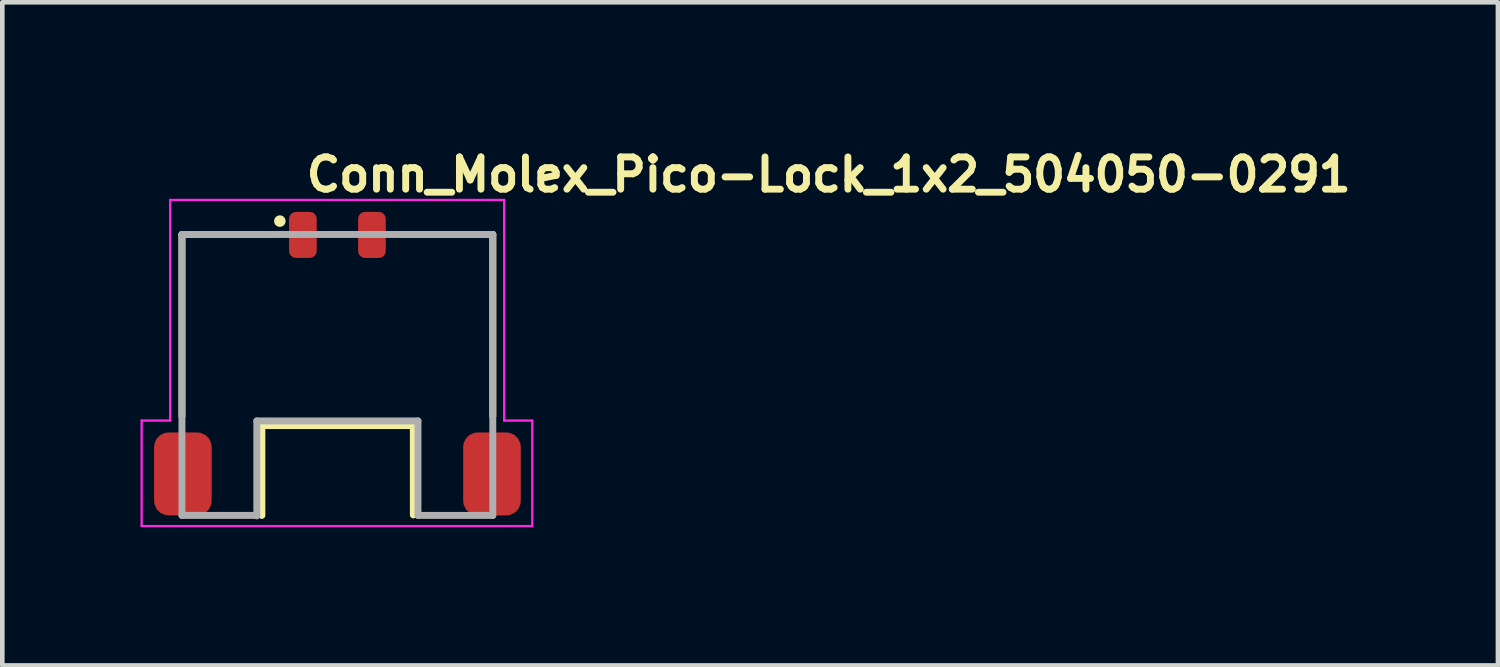
<source format=kicad_pcb>
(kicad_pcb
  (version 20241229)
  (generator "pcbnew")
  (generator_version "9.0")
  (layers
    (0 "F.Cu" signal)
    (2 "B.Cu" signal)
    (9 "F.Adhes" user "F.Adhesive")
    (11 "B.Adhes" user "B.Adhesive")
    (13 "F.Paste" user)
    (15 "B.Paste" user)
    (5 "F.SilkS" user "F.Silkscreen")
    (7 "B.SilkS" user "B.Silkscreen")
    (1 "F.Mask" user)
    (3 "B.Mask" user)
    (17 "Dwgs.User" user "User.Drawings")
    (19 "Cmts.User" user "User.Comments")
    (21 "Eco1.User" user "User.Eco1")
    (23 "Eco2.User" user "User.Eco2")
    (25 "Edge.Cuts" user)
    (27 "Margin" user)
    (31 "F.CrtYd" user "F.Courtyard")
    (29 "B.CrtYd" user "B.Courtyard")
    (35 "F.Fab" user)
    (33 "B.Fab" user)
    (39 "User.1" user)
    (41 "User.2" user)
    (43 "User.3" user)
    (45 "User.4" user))
  (footprint "Conn_Molex_Pico-Lock_1x2_504050-0291"
    (layer "F.Cu")
    (at 4.274 4.9)
    (property "Reference" "Conn_Molex_Pico-Lock_1x2_504050-0291" (at -0.749 -3.75 0) (layer "F.SilkS") (effects (font (size 0.7 0.7) (thickness 0.15)) (justify left bottom)))
    (attr smd)
    (fp_line (start -3.374 -2.86) (end -1.4 -2.86) (stroke (width 0.15) (type solid)) (layer "F.SilkS"))
    (fp_line (start -3.374 1.088) (end -3.374 -2.86) (stroke (width 0.15) (type solid)) (layer "F.SilkS"))
    (fp_line (start -1.639 3.239) (end -1.639 1.289) (stroke (width 0.15) (type solid)) (layer "F.SilkS"))
    (fp_line (start 1.399 -2.86) (end 3.374 -2.86) (stroke (width 0.15) (type solid)) (layer "F.SilkS"))
    (fp_line (start 1.649 1.289) (end -1.639 1.289) (stroke (width 0.15) (type solid)) (layer "F.SilkS"))
    (fp_line (start 1.649 1.289) (end 1.649 3.228) (stroke (width 0.15) (type solid)) (layer "F.SilkS"))
    (fp_line (start 3.374 -2.86) (end 3.374 1.088) (stroke (width 0.15) (type solid)) (layer "F.SilkS"))
    (fp_circle (center -1.249 -3.15) (end -1.199 -3.15) (stroke (width 0.15) (type solid)) (fill yes) (layer "F.SilkS"))
    (fp_line (start -4.249 1.18) (end -3.629 1.18) (stroke (width 0.05) (type solid)) (layer "F.CrtYd"))
    (fp_line (start -4.249 3.47) (end -4.249 1.18) (stroke (width 0.05) (type solid)) (layer "F.CrtYd"))
    (fp_line (start -3.629 -3.61) (end 3.621 -3.61) (stroke (width 0.05) (type solid)) (layer "F.CrtYd"))
    (fp_line (start -3.629 1.18) (end -3.629 -3.61) (stroke (width 0.05) (type solid)) (layer "F.CrtYd"))
    (fp_line (start 3.621 -3.61) (end 3.621 1.18) (stroke (width 0.05) (type solid)) (layer "F.CrtYd"))
    (fp_line (start 3.621 1.18) (end 4.231 1.18) (stroke (width 0.05) (type solid)) (layer "F.CrtYd"))
    (fp_line (start 4.231 1.18) (end 4.231 3.47) (stroke (width 0.05) (type solid)) (layer "F.CrtYd"))
    (fp_line (start 4.231 3.47) (end -4.249 3.47) (stroke (width 0.05) (type solid)) (layer "F.CrtYd"))
    (fp_line (start -3.374 -2.86) (end 3.374 -2.86) (stroke (width 0.15) (type solid)) (layer "F.Fab"))
    (fp_line (start -3.374 3.239) (end -3.374 -2.86) (stroke (width 0.15) (type solid)) (layer "F.Fab"))
    (fp_line (start -3.374 3.239) (end -1.749 3.239) (stroke (width 0.15) (type solid)) (layer "F.Fab"))
    (fp_line (start -1.749 3.249) (end -1.749 1.188) (stroke (width 0.15) (type solid)) (layer "F.Fab"))
    (fp_line (start 1.75 1.188) (end -1.749 1.188) (stroke (width 0.15) (type solid)) (layer "F.Fab"))
    (fp_line (start 1.75 1.188) (end 1.75 3.239) (stroke (width 0.15) (type solid)) (layer "F.Fab"))
    (fp_line (start 1.75 3.239) (end 3.374 3.239) (stroke (width 0.15) (type solid)) (layer "F.Fab"))
    (fp_line (start 3.374 -2.86) (end 3.374 3.239) (stroke (width 0.15) (type solid)) (layer "F.Fab"))
    (fp_rect (start -3.979 -3.36) (end 3.981 3.239) (stroke (width 0.1) (type solid)) (fill no) (layer "User.5"))
    (fp_line (start -3.979 1.438) (end -3.374 1.438) (stroke (width 0.02) (type solid)) (layer "User.9"))
    (fp_line (start -3.979 3.239) (end -3.979 1.438) (stroke (width 0.02) (type solid)) (layer "User.9"))
    (fp_line (start -3.774 1.68) (end -3.773 1.675) (stroke (width 0.02) (type solid)) (layer "User.9"))
    (fp_line (start -3.774 1.685) (end -3.774 1.68) (stroke (width 0.02) (type solid)) (layer "User.9"))
    (fp_line (start -3.774 1.688) (end -3.774 1.685) (stroke (width 0.02) (type solid)) (layer "User.9"))
    (fp_line (start -3.774 2.989) (end -3.774 1.688) (stroke (width 0.02) (type solid)) (layer "User.9"))
    (fp_line (start -3.774 2.994) (end -3.774 2.989) (stroke (width 0.02) (type solid)) (layer "User.9"))
    (fp_line (start -3.774 2.999) (end -3.774 2.994) (stroke (width 0.02) (type solid)) (layer "User.9"))
    (fp_line (start -3.773 1.67) (end -3.772 1.664) (stroke (width 0.02) (type solid)) (layer "User.9"))
    (fp_line (start -3.773 1.675) (end -3.773 1.67) (stroke (width 0.02) (type solid)) (layer "User.9"))
    (fp_line (start -3.773 3.003) (end -3.774 2.999) (stroke (width 0.02) (type solid)) (layer "User.9"))
    (fp_line (start -3.773 3.008) (end -3.773 3.003) (stroke (width 0.02) (type solid)) (layer "User.9"))
    (fp_line (start -3.772 1.664) (end -3.77 1.659) (stroke (width 0.02) (type solid)) (layer "User.9"))
    (fp_line (start -3.772 3.013) (end -3.773 3.008) (stroke (width 0.02) (type solid)) (layer "User.9"))
    (fp_line (start -3.77 1.659) (end -3.769 1.656) (stroke (width 0.02) (type solid)) (layer "User.9"))
    (fp_line (start -3.77 3.018) (end -3.772 3.013) (stroke (width 0.02) (type solid)) (layer "User.9"))
    (fp_line (start -3.769 1.656) (end -3.768 1.651) (stroke (width 0.02) (type solid)) (layer "User.9"))
    (fp_line (start -3.769 3.023) (end -3.77 3.018) (stroke (width 0.02) (type solid)) (layer "User.9"))
    (fp_line (start -3.768 1.651) (end -3.765 1.646) (stroke (width 0.02) (type solid)) (layer "User.9"))
    (fp_line (start -3.768 3.027) (end -3.769 3.023) (stroke (width 0.02) (type solid)) (layer "User.9"))
    (fp_line (start -3.765 1.646) (end -3.764 1.641) (stroke (width 0.02) (type solid)) (layer "User.9"))
    (fp_line (start -3.765 3.032) (end -3.768 3.027) (stroke (width 0.02) (type solid)) (layer "User.9"))
    (fp_line (start -3.764 1.641) (end -3.761 1.638) (stroke (width 0.02) (type solid)) (layer "User.9"))
    (fp_line (start -3.764 3.037) (end -3.765 3.032) (stroke (width 0.02) (type solid)) (layer "User.9"))
    (fp_line (start -3.761 1.638) (end -3.758 1.633) (stroke (width 0.02) (type solid)) (layer "User.9"))
    (fp_line (start -3.761 3.04) (end -3.764 3.037) (stroke (width 0.02) (type solid)) (layer "User.9"))
    (fp_line (start -3.758 1.633) (end -3.756 1.63) (stroke (width 0.02) (type solid)) (layer "User.9"))
    (fp_line (start -3.758 3.045) (end -3.761 3.04) (stroke (width 0.02) (type solid)) (layer "User.9"))
    (fp_line (start -3.756 1.63) (end -3.753 1.625) (stroke (width 0.02) (type solid)) (layer "User.9"))
    (fp_line (start -3.756 3.048) (end -3.758 3.045) (stroke (width 0.02) (type solid)) (layer "User.9"))
    (fp_line (start -3.753 1.625) (end -3.749 1.622) (stroke (width 0.02) (type solid)) (layer "User.9"))
    (fp_line (start -3.753 3.053) (end -3.756 3.048) (stroke (width 0.02) (type solid)) (layer "User.9"))
    (fp_line (start -3.749 1.622) (end -3.745 1.619) (stroke (width 0.02) (type solid)) (layer "User.9"))
    (fp_line (start -3.749 3.056) (end -3.753 3.053) (stroke (width 0.02) (type solid)) (layer "User.9"))
    (fp_line (start -3.745 1.619) (end -3.745 1.619) (stroke (width 0.02) (type solid)) (layer "User.9"))
    (fp_line (start -3.745 1.619) (end -3.742 1.614) (stroke (width 0.02) (type solid)) (layer "User.9"))
    (fp_line (start -3.745 3.06) (end -3.749 3.056) (stroke (width 0.02) (type solid)) (layer "User.9"))
    (fp_line (start -3.745 3.06) (end -3.745 3.06) (stroke (width 0.02) (type solid)) (layer "User.9"))
    (fp_line (start -3.742 1.614) (end -3.738 1.611) (stroke (width 0.02) (type solid)) (layer "User.9"))
    (fp_line (start -3.742 3.063) (end -3.745 3.06) (stroke (width 0.02) (type solid)) (layer "User.9"))
    (fp_line (start -3.738 1.611) (end -3.734 1.609) (stroke (width 0.02) (type solid)) (layer "User.9"))
    (fp_line (start -3.738 3.066) (end -3.742 3.063) (stroke (width 0.02) (type solid)) (layer "User.9"))
    (fp_line (start -3.734 1.609) (end -3.73 1.606) (stroke (width 0.02) (type solid)) (layer "User.9"))
    (fp_line (start -3.734 3.069) (end -3.738 3.066) (stroke (width 0.02) (type solid)) (layer "User.9"))
    (fp_line (start -3.73 1.606) (end -3.726 1.603) (stroke (width 0.02) (type solid)) (layer "User.9"))
    (fp_line (start -3.73 3.072) (end -3.734 3.069) (stroke (width 0.02) (type solid)) (layer "User.9"))
    (fp_line (start -3.726 1.603) (end -3.722 1.601) (stroke (width 0.02) (type solid)) (layer "User.9"))
    (fp_line (start -3.726 3.074) (end -3.73 3.072) (stroke (width 0.02) (type solid)) (layer "User.9"))
    (fp_line (start -3.722 1.601) (end -3.717 1.598) (stroke (width 0.02) (type solid)) (layer "User.9"))
    (fp_line (start -3.722 3.077) (end -3.726 3.074) (stroke (width 0.02) (type solid)) (layer "User.9"))
    (fp_line (start -3.717 1.598) (end -3.713 1.596) (stroke (width 0.02) (type solid)) (layer "User.9"))
    (fp_line (start -3.717 3.079) (end -3.722 3.077) (stroke (width 0.02) (type solid)) (layer "User.9"))
    (fp_line (start -3.713 1.596) (end -3.709 1.595) (stroke (width 0.02) (type solid)) (layer "User.9"))
    (fp_line (start -3.713 3.082) (end -3.717 3.079) (stroke (width 0.02) (type solid)) (layer "User.9"))
    (fp_line (start -3.709 1.595) (end -3.705 1.593) (stroke (width 0.02) (type solid)) (layer "User.9"))
    (fp_line (start -3.709 3.084) (end -3.713 3.082) (stroke (width 0.02) (type solid)) (layer "User.9"))
    (fp_line (start -3.705 1.593) (end -3.7 1.593) (stroke (width 0.02) (type solid)) (layer "User.9"))
    (fp_line (start -3.705 3.085) (end -3.709 3.084) (stroke (width 0.02) (type solid)) (layer "User.9"))
    (fp_line (start -3.7 1.593) (end -3.694 1.59) (stroke (width 0.02) (type solid)) (layer "User.9"))
    (fp_line (start -3.7 3.085) (end -3.705 3.085) (stroke (width 0.02) (type solid)) (layer "User.9"))
    (fp_line (start -3.694 1.59) (end -3.689 1.59) (stroke (width 0.02) (type solid)) (layer "User.9"))
    (fp_line (start -3.694 3.087) (end -3.7 3.085) (stroke (width 0.02) (type solid)) (layer "User.9"))
    (fp_line (start -3.689 1.59) (end -3.684 1.59) (stroke (width 0.02) (type solid)) (layer "User.9"))
    (fp_line (start -3.689 3.087) (end -3.694 3.087) (stroke (width 0.02) (type solid)) (layer "User.9"))
    (fp_line (start -3.684 1.59) (end -3.68 1.59) (stroke (width 0.02) (type solid)) (layer "User.9"))
    (fp_line (start -3.684 3.088) (end -3.689 3.087) (stroke (width 0.02) (type solid)) (layer "User.9"))
    (fp_line (start -3.68 1.59) (end -3.675 1.588) (stroke (width 0.02) (type solid)) (layer "User.9"))
    (fp_line (start -3.68 3.088) (end -3.684 3.088) (stroke (width 0.02) (type solid)) (layer "User.9"))
    (fp_line (start -3.675 1.588) (end -3.374 1.588) (stroke (width 0.02) (type solid)) (layer "User.9"))
    (fp_line (start -3.675 3.088) (end -3.68 3.088) (stroke (width 0.02) (type solid)) (layer "User.9"))
    (fp_line (start -3.374 -2.86) (end -3.374 2.739) (stroke (width 0.02) (type solid)) (layer "User.9"))
    (fp_line (start -3.374 2.739) (end -3.245 3.239) (stroke (width 0.02) (type solid)) (layer "User.9"))
    (fp_line (start -3.284 3.088) (end -3.675 3.088) (stroke (width 0.02) (type solid)) (layer "User.9"))
    (fp_line (start -3.245 3.239) (end -3.979 3.239) (stroke (width 0.02) (type solid)) (layer "User.9"))
    (fp_line (start -3.245 3.239) (end -2.025 3.239) (stroke (width 0.02) (type solid)) (layer "User.9"))
    (fp_line (start -1.925 0.007) (end -1.925 0.011) (stroke (width 0.02) (type solid)) (layer "User.9"))
    (fp_line (start -1.925 0.011) (end -1.925 0.015) (stroke (width 0.02) (type solid)) (layer "User.9"))
    (fp_line (start -1.925 0.015) (end -1.925 0.02) (stroke (width 0.02) (type solid)) (layer "User.9"))
    (fp_line (start -1.925 0.02) (end -1.925 3.14) (stroke (width 0.02) (type solid)) (layer "User.9"))
    (fp_line (start -1.925 2.938) (end -1.824 2.938) (stroke (width 0.02) (type solid)) (layer "User.9"))
    (fp_line (start -1.925 3.14) (end -2.025 3.239) (stroke (width 0.02) (type solid)) (layer "User.9"))
    (fp_line (start -1.923 0) (end -1.923 0.003) (stroke (width 0.02) (type solid)) (layer "User.9"))
    (fp_line (start -1.923 0.003) (end -1.925 0.007) (stroke (width 0.02) (type solid)) (layer "User.9"))
    (fp_line (start -1.921 -0.008) (end -1.921 -0.004) (stroke (width 0.02) (type solid)) (layer "User.9"))
    (fp_line (start -1.921 -0.004) (end -1.923 0) (stroke (width 0.02) (type solid)) (layer "User.9"))
    (fp_line (start -1.919 -0.012) (end -1.921 -0.008) (stroke (width 0.02) (type solid)) (layer "User.9"))
    (fp_line (start -1.917 -0.016) (end -1.919 -0.012) (stroke (width 0.02) (type solid)) (layer "User.9"))
    (fp_line (start -1.915 -0.02) (end -1.917 -0.016) (stroke (width 0.02) (type solid)) (layer "User.9"))
    (fp_line (start -1.913 -0.023) (end -1.915 -0.02) (stroke (width 0.02) (type solid)) (layer "User.9"))
    (fp_line (start -1.911 -0.025) (end -1.913 -0.023) (stroke (width 0.02) (type solid)) (layer "User.9"))
    (fp_line (start -1.909 -0.028) (end -1.911 -0.025) (stroke (width 0.02) (type solid)) (layer "User.9"))
    (fp_line (start -1.907 -0.032) (end -1.909 -0.028) (stroke (width 0.02) (type solid)) (layer "User.9"))
    (fp_line (start -1.905 -0.035) (end -1.907 -0.032) (stroke (width 0.02) (type solid)) (layer "User.9"))
    (fp_line (start -1.902 -0.037) (end -1.905 -0.035) (stroke (width 0.02) (type solid)) (layer "User.9"))
    (fp_line (start -1.898 -0.041) (end -1.902 -0.037) (stroke (width 0.02) (type solid)) (layer "User.9"))
    (fp_line (start -1.896 -0.042) (end -1.898 -0.041) (stroke (width 0.02) (type solid)) (layer "User.9"))
    (fp_line (start -1.892 -0.045) (end -1.896 -0.042) (stroke (width 0.02) (type solid)) (layer "User.9"))
    (fp_line (start -1.89 -0.048) (end -1.892 -0.045) (stroke (width 0.02) (type solid)) (layer "User.9"))
    (fp_line (start -1.886 -0.049) (end -1.89 -0.048) (stroke (width 0.02) (type solid)) (layer "User.9"))
    (fp_line (start -1.884 -0.052) (end -1.886 -0.049) (stroke (width 0.02) (type solid)) (layer "User.9"))
    (fp_line (start -1.88 -0.053) (end -1.884 -0.052) (stroke (width 0.02) (type solid)) (layer "User.9"))
    (fp_line (start -1.876 -0.054) (end -1.88 -0.053) (stroke (width 0.02) (type solid)) (layer "User.9"))
    (fp_line (start -1.872 -0.057) (end -1.876 -0.054) (stroke (width 0.02) (type solid)) (layer "User.9"))
    (fp_line (start -1.868 -0.057) (end -1.872 -0.057) (stroke (width 0.02) (type solid)) (layer "User.9"))
    (fp_line (start -1.864 -0.058) (end -1.868 -0.057) (stroke (width 0.02) (type solid)) (layer "User.9"))
    (fp_line (start -1.862 -0.06) (end -1.864 -0.058) (stroke (width 0.02) (type solid)) (layer "User.9"))
    (fp_line (start -1.858 -0.061) (end -1.862 -0.06) (stroke (width 0.02) (type solid)) (layer "User.9"))
    (fp_line (start -1.854 -0.061) (end -1.858 -0.061) (stroke (width 0.02) (type solid)) (layer "User.9"))
    (fp_line (start -1.85 -0.061) (end -1.854 -0.061) (stroke (width 0.02) (type solid)) (layer "User.9"))
    (fp_line (start -1.844 -0.061) (end -1.85 -0.061) (stroke (width 0.02) (type solid)) (layer "User.9"))
    (fp_line (start -1.824 2.938) (end -1.676 2.789) (stroke (width 0.02) (type solid)) (layer "User.9"))
    (fp_line (start -1.676 0.89) (end -1.426 0.89) (stroke (width 0.02) (type solid)) (layer "User.9"))
    (fp_line (start -1.676 1.04) (end -1.426 1.04) (stroke (width 0.02) (type solid)) (layer "User.9"))
    (fp_line (start -1.676 2.789) (end -1.925 2.789) (stroke (width 0.02) (type solid)) (layer "User.9"))
    (fp_line (start -1.676 2.789) (end -1.676 -0.061) (stroke (width 0.02) (type solid)) (layer "User.9"))
    (fp_line (start -1.504 -0.061) (end -1.844 -0.061) (stroke (width 0.02) (type solid)) (layer "User.9"))
    (fp_line (start -1.501 -0.061) (end -1.504 -0.061) (stroke (width 0.02) (type solid)) (layer "User.9"))
    (fp_line (start -1.497 -0.061) (end -1.501 -0.061) (stroke (width 0.02) (type solid)) (layer "User.9"))
    (fp_line (start -1.493 -0.061) (end -1.497 -0.061) (stroke (width 0.02) (type solid)) (layer "User.9"))
    (fp_line (start -1.489 -0.06) (end -1.493 -0.061) (stroke (width 0.02) (type solid)) (layer "User.9"))
    (fp_line (start -1.485 -0.058) (end -1.489 -0.06) (stroke (width 0.02) (type solid)) (layer "User.9"))
    (fp_line (start -1.481 -0.057) (end -1.485 -0.058) (stroke (width 0.02) (type solid)) (layer "User.9"))
    (fp_line (start -1.478 -0.057) (end -1.481 -0.057) (stroke (width 0.02) (type solid)) (layer "User.9"))
    (fp_line (start -1.474 -0.054) (end -1.478 -0.057) (stroke (width 0.02) (type solid)) (layer "User.9"))
    (fp_line (start -1.47 -0.053) (end -1.474 -0.054) (stroke (width 0.02) (type solid)) (layer "User.9"))
    (fp_line (start -1.467 -0.052) (end -1.47 -0.053) (stroke (width 0.02) (type solid)) (layer "User.9"))
    (fp_line (start -1.463 -0.049) (end -1.467 -0.052) (stroke (width 0.02) (type solid)) (layer "User.9"))
    (fp_line (start -1.46 -0.048) (end -1.463 -0.049) (stroke (width 0.02) (type solid)) (layer "User.9"))
    (fp_line (start -1.457 -0.045) (end -1.46 -0.048) (stroke (width 0.02) (type solid)) (layer "User.9"))
    (fp_line (start -1.454 -0.042) (end -1.457 -0.045) (stroke (width 0.02) (type solid)) (layer "User.9"))
    (fp_line (start -1.452 -0.041) (end -1.454 -0.042) (stroke (width 0.02) (type solid)) (layer "User.9"))
    (fp_line (start -1.449 -0.037) (end -1.452 -0.041) (stroke (width 0.02) (type solid)) (layer "User.9"))
    (fp_line (start -1.449 -0.037) (end -1.449 -0.037) (stroke (width 0.02) (type solid)) (layer "User.9"))
    (fp_line (start -1.446 -0.035) (end -1.449 -0.037) (stroke (width 0.02) (type solid)) (layer "User.9"))
    (fp_line (start -1.444 -0.032) (end -1.446 -0.035) (stroke (width 0.02) (type solid)) (layer "User.9"))
    (fp_line (start -1.441 -0.028) (end -1.444 -0.032) (stroke (width 0.02) (type solid)) (layer "User.9"))
    (fp_line (start -1.439 -0.025) (end -1.441 -0.028) (stroke (width 0.02) (type solid)) (layer "User.9"))
    (fp_line (start -1.437 -0.023) (end -1.439 -0.025) (stroke (width 0.02) (type solid)) (layer "User.9"))
    (fp_line (start -1.435 -0.019) (end -1.437 -0.023) (stroke (width 0.02) (type solid)) (layer "User.9"))
    (fp_line (start -1.433 -0.016) (end -1.435 -0.019) (stroke (width 0.02) (type solid)) (layer "User.9"))
    (fp_line (start -1.432 -0.012) (end -1.433 -0.016) (stroke (width 0.02) (type solid)) (layer "User.9"))
    (fp_line (start -1.43 -0.008) (end -1.432 -0.012) (stroke (width 0.02) (type solid)) (layer "User.9"))
    (fp_line (start -1.429 -0.004) (end -1.43 -0.008) (stroke (width 0.02) (type solid)) (layer "User.9"))
    (fp_line (start -1.428 0) (end -1.429 -0.004) (stroke (width 0.02) (type solid)) (layer "User.9"))
    (fp_line (start -1.427 0.004) (end -1.428 0) (stroke (width 0.02) (type solid)) (layer "User.9"))
    (fp_line (start -1.426 0.008) (end -1.427 0.004) (stroke (width 0.02) (type solid)) (layer "User.9"))
    (fp_line (start -1.426 0.012) (end -1.426 0.008) (stroke (width 0.02) (type solid)) (layer "User.9"))
    (fp_line (start -1.426 0.016) (end -1.426 0.012) (stroke (width 0.02) (type solid)) (layer "User.9"))
    (fp_line (start -1.426 0.02) (end -1.426 0.016) (stroke (width 0.02) (type solid)) (layer "User.9"))
    (fp_line (start -1.426 1.14) (end -1.426 0.02) (stroke (width 0.02) (type solid)) (layer "User.9"))
    (fp_line (start -1.325 1.239) (end -1.426 1.14) (stroke (width 0.02) (type solid)) (layer "User.9"))
    (fp_line (start -1.325 1.239) (end 1.326 1.239) (stroke (width 0.02) (type solid)) (layer "User.9"))
    (fp_line (start -1.226 0.22) (end -0.925 0.738) (stroke (width 0.02) (type solid)) (layer "User.9"))
    (fp_line (start -1.05 -3.36) (end -0.451 -3.36) (stroke (width 0.02) (type solid)) (layer "User.9"))
    (fp_line (start -1.05 -2.86) (end -1.05 -3.36) (stroke (width 0.02) (type solid)) (layer "User.9"))
    (fp_line (start -0.925 0.738) (end -0.626 0.22) (stroke (width 0.02) (type solid)) (layer "User.9"))
    (fp_line (start -0.9 -2.86) (end -0.9 -3.202) (stroke (width 0.02) (type solid)) (layer "User.9"))
    (fp_line (start -0.626 0.22) (end -1.226 0.22) (stroke (width 0.02) (type solid)) (layer "User.9"))
    (fp_line (start -0.6 -3.202) (end -0.9 -3.202) (stroke (width 0.02) (type solid)) (layer "User.9"))
    (fp_line (start -0.6 -2.86) (end -0.6 -3.202) (stroke (width 0.02) (type solid)) (layer "User.9"))
    (fp_line (start -0.451 -3.36) (end -0.451 -2.86) (stroke (width 0.02) (type solid)) (layer "User.9"))
    (fp_line (start -0.299 -0.46) (end -0.299 0.439) (stroke (width 0.02) (type solid)) (layer "User.9"))
    (fp_line (start -0.299 0.439) (end 0.301 0.439) (stroke (width 0.02) (type solid)) (layer "User.9"))
    (fp_line (start 0.301 -0.46) (end -0.299 -0.46) (stroke (width 0.02) (type solid)) (layer "User.9"))
    (fp_line (start 0.301 0.439) (end 0.301 -0.46) (stroke (width 0.02) (type solid)) (layer "User.9"))
    (fp_line (start 0.45 -3.36) (end 1.051 -3.36) (stroke (width 0.02) (type solid)) (layer "User.9"))
    (fp_line (start 0.45 -2.86) (end 0.45 -3.36) (stroke (width 0.02) (type solid)) (layer "User.9"))
    (fp_line (start 0.601 -2.86) (end 0.601 -3.202) (stroke (width 0.02) (type solid)) (layer "User.9"))
    (fp_line (start 0.899 -3.202) (end 0.601 -3.202) (stroke (width 0.02) (type solid)) (layer "User.9"))
    (fp_line (start 0.899 -2.86) (end 0.899 -3.202) (stroke (width 0.02) (type solid)) (layer "User.9"))
    (fp_line (start 1.051 -3.36) (end 1.051 -2.86) (stroke (width 0.02) (type solid)) (layer "User.9"))
    (fp_line (start 1.424 0.02) (end 1.424 1.14) (stroke (width 0.02) (type solid)) (layer "User.9"))
    (fp_line (start 1.424 0.89) (end 1.674 0.89) (stroke (width 0.02) (type solid)) (layer "User.9"))
    (fp_line (start 1.424 1.04) (end 1.674 1.04) (stroke (width 0.02) (type solid)) (layer "User.9"))
    (fp_line (start 1.424 1.14) (end 1.326 1.239) (stroke (width 0.02) (type solid)) (layer "User.9"))
    (fp_line (start 1.426 0.008) (end 1.426 0.012) (stroke (width 0.02) (type solid)) (layer "User.9"))
    (fp_line (start 1.426 0.012) (end 1.426 0.016) (stroke (width 0.02) (type solid)) (layer "User.9"))
    (fp_line (start 1.426 0.016) (end 1.424 0.02) (stroke (width 0.02) (type solid)) (layer "User.9"))
    (fp_line (start 1.427 0.004) (end 1.426 0.008) (stroke (width 0.02) (type solid)) (layer "User.9"))
    (fp_line (start 1.428 -0.004) (end 1.428 0) (stroke (width 0.02) (type solid)) (layer "User.9"))
    (fp_line (start 1.428 0) (end 1.427 0.004) (stroke (width 0.02) (type solid)) (layer "User.9"))
    (fp_line (start 1.429 -0.008) (end 1.428 -0.004) (stroke (width 0.02) (type solid)) (layer "User.9"))
    (fp_line (start 1.432 -0.016) (end 1.432 -0.012) (stroke (width 0.02) (type solid)) (layer "User.9"))
    (fp_line (start 1.432 -0.012) (end 1.429 -0.008) (stroke (width 0.02) (type solid)) (layer "User.9"))
    (fp_line (start 1.435 -0.019) (end 1.432 -0.016) (stroke (width 0.02) (type solid)) (layer "User.9"))
    (fp_line (start 1.436 -0.023) (end 1.435 -0.019) (stroke (width 0.02) (type solid)) (layer "User.9"))
    (fp_line (start 1.439 -0.025) (end 1.436 -0.023) (stroke (width 0.02) (type solid)) (layer "User.9"))
    (fp_line (start 1.44 -0.028) (end 1.439 -0.025) (stroke (width 0.02) (type solid)) (layer "User.9"))
    (fp_line (start 1.444 -0.032) (end 1.44 -0.028) (stroke (width 0.02) (type solid)) (layer "User.9"))
    (fp_line (start 1.445 -0.035) (end 1.444 -0.032) (stroke (width 0.02) (type solid)) (layer "User.9"))
    (fp_line (start 1.448 -0.037) (end 1.445 -0.035) (stroke (width 0.02) (type solid)) (layer "User.9"))
    (fp_line (start 1.448 -0.037) (end 1.448 -0.037) (stroke (width 0.02) (type solid)) (layer "User.9"))
    (fp_line (start 1.452 -0.041) (end 1.448 -0.037) (stroke (width 0.02) (type solid)) (layer "User.9"))
    (fp_line (start 1.455 -0.042) (end 1.452 -0.041) (stroke (width 0.02) (type solid)) (layer "User.9"))
    (fp_line (start 1.457 -0.045) (end 1.455 -0.042) (stroke (width 0.02) (type solid)) (layer "User.9"))
    (fp_line (start 1.46 -0.048) (end 1.457 -0.045) (stroke (width 0.02) (type solid)) (layer "User.9"))
    (fp_line (start 1.464 -0.049) (end 1.46 -0.048) (stroke (width 0.02) (type solid)) (layer "User.9"))
    (fp_line (start 1.468 -0.052) (end 1.464 -0.049) (stroke (width 0.02) (type solid)) (layer "User.9"))
    (fp_line (start 1.471 -0.053) (end 1.468 -0.052) (stroke (width 0.02) (type solid)) (layer "User.9"))
    (fp_line (start 1.475 -0.054) (end 1.471 -0.053) (stroke (width 0.02) (type solid)) (layer "User.9"))
    (fp_line (start 1.479 -0.057) (end 1.475 -0.054) (stroke (width 0.02) (type solid)) (layer "User.9"))
    (fp_line (start 1.481 -0.057) (end 1.479 -0.057) (stroke (width 0.02) (type solid)) (layer "User.9"))
    (fp_line (start 1.485 -0.058) (end 1.481 -0.057) (stroke (width 0.02) (type solid)) (layer "User.9"))
    (fp_line (start 1.489 -0.06) (end 1.485 -0.058) (stroke (width 0.02) (type solid)) (layer "User.9"))
    (fp_line (start 1.493 -0.061) (end 1.489 -0.06) (stroke (width 0.02) (type solid)) (layer "User.9"))
    (fp_line (start 1.497 -0.061) (end 1.493 -0.061) (stroke (width 0.02) (type solid)) (layer "User.9"))
    (fp_line (start 1.501 -0.061) (end 1.497 -0.061) (stroke (width 0.02) (type solid)) (layer "User.9"))
    (fp_line (start 1.504 -0.061) (end 1.501 -0.061) (stroke (width 0.02) (type solid)) (layer "User.9"))
    (fp_line (start 1.674 -0.061) (end 1.674 2.789) (stroke (width 0.02) (type solid)) (layer "User.9"))
    (fp_line (start 1.674 2.789) (end 1.826 2.938) (stroke (width 0.02) (type solid)) (layer "User.9"))
    (fp_line (start 1.674 2.789) (end 1.924 2.789) (stroke (width 0.02) (type solid)) (layer "User.9"))
    (fp_line (start 1.844 -0.061) (end 1.504 -0.061) (stroke (width 0.02) (type solid)) (layer "User.9"))
    (fp_line (start 1.85 -0.061) (end 1.844 -0.061) (stroke (width 0.02) (type solid)) (layer "User.9"))
    (fp_line (start 1.854 -0.061) (end 1.85 -0.061) (stroke (width 0.02) (type solid)) (layer "User.9"))
    (fp_line (start 1.858 -0.061) (end 1.854 -0.061) (stroke (width 0.02) (type solid)) (layer "User.9"))
    (fp_line (start 1.862 -0.06) (end 1.858 -0.061) (stroke (width 0.02) (type solid)) (layer "User.9"))
    (fp_line (start 1.864 -0.058) (end 1.862 -0.06) (stroke (width 0.02) (type solid)) (layer "User.9"))
    (fp_line (start 1.868 -0.057) (end 1.864 -0.058) (stroke (width 0.02) (type solid)) (layer "User.9"))
    (fp_line (start 1.872 -0.057) (end 1.868 -0.057) (stroke (width 0.02) (type solid)) (layer "User.9"))
    (fp_line (start 1.876 -0.054) (end 1.872 -0.057) (stroke (width 0.02) (type solid)) (layer "User.9"))
    (fp_line (start 1.879 -0.053) (end 1.876 -0.054) (stroke (width 0.02) (type solid)) (layer "User.9"))
    (fp_line (start 1.883 -0.052) (end 1.879 -0.053) (stroke (width 0.02) (type solid)) (layer "User.9"))
    (fp_line (start 1.887 -0.049) (end 1.883 -0.052) (stroke (width 0.02) (type solid)) (layer "User.9"))
    (fp_line (start 1.89 -0.048) (end 1.887 -0.049) (stroke (width 0.02) (type solid)) (layer "User.9"))
    (fp_line (start 1.892 -0.045) (end 1.89 -0.048) (stroke (width 0.02) (type solid)) (layer "User.9"))
    (fp_line (start 1.895 -0.042) (end 1.892 -0.045) (stroke (width 0.02) (type solid)) (layer "User.9"))
    (fp_line (start 1.899 -0.041) (end 1.895 -0.042) (stroke (width 0.02) (type solid)) (layer "User.9"))
    (fp_line (start 1.902 -0.037) (end 1.899 -0.041) (stroke (width 0.02) (type solid)) (layer "User.9"))
    (fp_line (start 1.904 -0.035) (end 1.902 -0.037) (stroke (width 0.02) (type solid)) (layer "User.9"))
    (fp_line (start 1.907 -0.032) (end 1.904 -0.035) (stroke (width 0.02) (type solid)) (layer "User.9"))
    (fp_line (start 1.91 -0.028) (end 1.907 -0.032) (stroke (width 0.02) (type solid)) (layer "User.9"))
    (fp_line (start 1.911 -0.025) (end 1.91 -0.028) (stroke (width 0.02) (type solid)) (layer "User.9"))
    (fp_line (start 1.914 -0.023) (end 1.911 -0.025) (stroke (width 0.02) (type solid)) (layer "User.9"))
    (fp_line (start 1.915 -0.02) (end 1.914 -0.023) (stroke (width 0.02) (type solid)) (layer "User.9"))
    (fp_line (start 1.918 -0.016) (end 1.915 -0.02) (stroke (width 0.02) (type solid)) (layer "User.9"))
    (fp_line (start 1.919 -0.012) (end 1.918 -0.016) (stroke (width 0.02) (type solid)) (layer "User.9"))
    (fp_line (start 1.92 -0.008) (end 1.919 -0.012) (stroke (width 0.02) (type solid)) (layer "User.9"))
    (fp_line (start 1.922 -0.004) (end 1.92 -0.008) (stroke (width 0.02) (type solid)) (layer "User.9"))
    (fp_line (start 1.923 0) (end 1.922 -0.004) (stroke (width 0.02) (type solid)) (layer "User.9"))
    (fp_line (start 1.923 0.003) (end 1.923 0) (stroke (width 0.02) (type solid)) (layer "User.9"))
    (fp_line (start 1.924 0.007) (end 1.923 0.003) (stroke (width 0.02) (type solid)) (layer "User.9"))
    (fp_line (start 1.924 0.011) (end 1.924 0.007) (stroke (width 0.02) (type solid)) (layer "User.9"))
    (fp_line (start 1.924 0.015) (end 1.924 0.011) (stroke (width 0.02) (type solid)) (layer "User.9"))
    (fp_line (start 1.924 0.02) (end 1.924 0.015) (stroke (width 0.02) (type solid)) (layer "User.9"))
    (fp_line (start 1.924 2.938) (end 1.826 2.938) (stroke (width 0.02) (type solid)) (layer "User.9"))
    (fp_line (start 1.924 3.14) (end 1.924 0.02) (stroke (width 0.02) (type solid)) (layer "User.9"))
    (fp_line (start 2.024 3.239) (end 1.924 3.14) (stroke (width 0.02) (type solid)) (layer "User.9"))
    (fp_line (start 2.024 3.239) (end 3.246 3.239) (stroke (width 0.02) (type solid)) (layer "User.9"))
    (fp_line (start 3.246 3.239) (end 3.374 2.739) (stroke (width 0.02) (type solid)) (layer "User.9"))
    (fp_line (start 3.374 -2.86) (end -3.374 -2.86) (stroke (width 0.02) (type solid)) (layer "User.9"))
    (fp_line (start 3.374 1.438) (end 3.981 1.438) (stroke (width 0.02) (type solid)) (layer "User.9"))
    (fp_line (start 3.374 1.588) (end 3.675 1.588) (stroke (width 0.02) (type solid)) (layer "User.9"))
    (fp_line (start 3.374 2.739) (end 3.374 -2.86) (stroke (width 0.02) (type solid)) (layer "User.9"))
    (fp_line (start 3.675 1.588) (end 3.68 1.59) (stroke (width 0.02) (type solid)) (layer "User.9"))
    (fp_line (start 3.675 3.088) (end 3.284 3.088) (stroke (width 0.02) (type solid)) (layer "User.9"))
    (fp_line (start 3.68 1.59) (end 3.685 1.59) (stroke (width 0.02) (type solid)) (layer "User.9"))
    (fp_line (start 3.68 3.088) (end 3.675 3.088) (stroke (width 0.02) (type solid)) (layer "User.9"))
    (fp_line (start 3.685 1.59) (end 3.689 1.59) (stroke (width 0.02) (type solid)) (layer "User.9"))
    (fp_line (start 3.685 3.088) (end 3.68 3.088) (stroke (width 0.02) (type solid)) (layer "User.9"))
    (fp_line (start 3.689 1.59) (end 3.694 1.59) (stroke (width 0.02) (type solid)) (layer "User.9"))
    (fp_line (start 3.689 3.087) (end 3.685 3.088) (stroke (width 0.02) (type solid)) (layer "User.9"))
    (fp_line (start 3.694 1.59) (end 3.699 1.593) (stroke (width 0.02) (type solid)) (layer "User.9"))
    (fp_line (start 3.694 3.087) (end 3.689 3.087) (stroke (width 0.02) (type solid)) (layer "User.9"))
    (fp_line (start 3.699 1.593) (end 3.704 1.593) (stroke (width 0.02) (type solid)) (layer "User.9"))
    (fp_line (start 3.699 3.085) (end 3.694 3.087) (stroke (width 0.02) (type solid)) (layer "User.9"))
    (fp_line (start 3.704 1.593) (end 3.709 1.595) (stroke (width 0.02) (type solid)) (layer "User.9"))
    (fp_line (start 3.704 3.085) (end 3.699 3.085) (stroke (width 0.02) (type solid)) (layer "User.9"))
    (fp_line (start 3.709 1.595) (end 3.713 1.596) (stroke (width 0.02) (type solid)) (layer "User.9"))
    (fp_line (start 3.709 3.084) (end 3.704 3.085) (stroke (width 0.02) (type solid)) (layer "User.9"))
    (fp_line (start 3.713 1.596) (end 3.718 1.598) (stroke (width 0.02) (type solid)) (layer "User.9"))
    (fp_line (start 3.713 3.082) (end 3.709 3.084) (stroke (width 0.02) (type solid)) (layer "User.9"))
    (fp_line (start 3.718 1.598) (end 3.723 1.601) (stroke (width 0.02) (type solid)) (layer "User.9"))
    (fp_line (start 3.718 3.079) (end 3.713 3.082) (stroke (width 0.02) (type solid)) (layer "User.9"))
    (fp_line (start 3.723 1.601) (end 3.726 1.603) (stroke (width 0.02) (type solid)) (layer "User.9"))
    (fp_line (start 3.723 3.077) (end 3.718 3.079) (stroke (width 0.02) (type solid)) (layer "User.9"))
    (fp_line (start 3.726 1.603) (end 3.731 1.606) (stroke (width 0.02) (type solid)) (layer "User.9"))
    (fp_line (start 3.726 3.074) (end 3.723 3.077) (stroke (width 0.02) (type solid)) (layer "User.9"))
    (fp_line (start 3.731 1.606) (end 3.734 1.609) (stroke (width 0.02) (type solid)) (layer "User.9"))
    (fp_line (start 3.731 3.072) (end 3.726 3.074) (stroke (width 0.02) (type solid)) (layer "User.9"))
    (fp_line (start 3.734 1.609) (end 3.739 1.611) (stroke (width 0.02) (type solid)) (layer "User.9"))
    (fp_line (start 3.734 3.069) (end 3.731 3.072) (stroke (width 0.02) (type solid)) (layer "User.9"))
    (fp_line (start 3.739 1.611) (end 3.742 1.614) (stroke (width 0.02) (type solid)) (layer "User.9"))
    (fp_line (start 3.739 3.066) (end 3.734 3.069) (stroke (width 0.02) (type solid)) (layer "User.9"))
    (fp_line (start 3.742 1.614) (end 3.746 1.619) (stroke (width 0.02) (type solid)) (layer "User.9"))
    (fp_line (start 3.742 3.063) (end 3.739 3.066) (stroke (width 0.02) (type solid)) (layer "User.9"))
    (fp_line (start 3.746 1.619) (end 3.746 1.619) (stroke (width 0.02) (type solid)) (layer "User.9"))
    (fp_line (start 3.746 1.619) (end 3.749 1.622) (stroke (width 0.02) (type solid)) (layer "User.9"))
    (fp_line (start 3.746 3.06) (end 3.742 3.063) (stroke (width 0.02) (type solid)) (layer "User.9"))
    (fp_line (start 3.746 3.06) (end 3.746 3.06) (stroke (width 0.02) (type solid)) (layer "User.9"))
    (fp_line (start 3.749 1.622) (end 3.752 1.625) (stroke (width 0.02) (type solid)) (layer "User.9"))
    (fp_line (start 3.749 3.056) (end 3.746 3.06) (stroke (width 0.02) (type solid)) (layer "User.9"))
    (fp_line (start 3.752 1.625) (end 3.755 1.63) (stroke (width 0.02) (type solid)) (layer "User.9"))
    (fp_line (start 3.752 3.053) (end 3.749 3.056) (stroke (width 0.02) (type solid)) (layer "User.9"))
    (fp_line (start 3.755 1.63) (end 3.758 1.633) (stroke (width 0.02) (type solid)) (layer "User.9"))
    (fp_line (start 3.755 3.048) (end 3.752 3.053) (stroke (width 0.02) (type solid)) (layer "User.9"))
    (fp_line (start 3.758 1.633) (end 3.76 1.638) (stroke (width 0.02) (type solid)) (layer "User.9"))
    (fp_line (start 3.758 3.045) (end 3.755 3.048) (stroke (width 0.02) (type solid)) (layer "User.9"))
    (fp_line (start 3.76 1.638) (end 3.763 1.641) (stroke (width 0.02) (type solid)) (layer "User.9"))
    (fp_line (start 3.76 3.04) (end 3.758 3.045) (stroke (width 0.02) (type solid)) (layer "User.9"))
    (fp_line (start 3.763 1.641) (end 3.765 1.646) (stroke (width 0.02) (type solid)) (layer "User.9"))
    (fp_line (start 3.763 3.037) (end 3.76 3.04) (stroke (width 0.02) (type solid)) (layer "User.9"))
    (fp_line (start 3.765 1.646) (end 3.768 1.651) (stroke (width 0.02) (type solid)) (layer "User.9"))
    (fp_line (start 3.765 3.032) (end 3.763 3.037) (stroke (width 0.02) (type solid)) (layer "User.9"))
    (fp_line (start 3.768 1.651) (end 3.77 1.656) (stroke (width 0.02) (type solid)) (layer "User.9"))
    (fp_line (start 3.768 3.027) (end 3.765 3.032) (stroke (width 0.02) (type solid)) (layer "User.9"))
    (fp_line (start 3.77 1.656) (end 3.771 1.659) (stroke (width 0.02) (type solid)) (layer "User.9"))
    (fp_line (start 3.77 3.023) (end 3.768 3.027) (stroke (width 0.02) (type solid)) (layer "User.9"))
    (fp_line (start 3.771 1.659) (end 3.771 1.664) (stroke (width 0.02) (type solid)) (layer "User.9"))
    (fp_line (start 3.771 1.664) (end 3.773 1.67) (stroke (width 0.02) (type solid)) (layer "User.9"))
    (fp_line (start 3.771 3.013) (end 3.771 3.018) (stroke (width 0.02) (type solid)) (layer "User.9"))
    (fp_line (start 3.771 3.018) (end 3.77 3.023) (stroke (width 0.02) (type solid)) (layer "User.9"))
    (fp_line (start 3.773 1.67) (end 3.773 1.675) (stroke (width 0.02) (type solid)) (layer "User.9"))
    (fp_line (start 3.773 1.675) (end 3.774 1.68) (stroke (width 0.02) (type solid)) (layer "User.9"))
    (fp_line (start 3.773 3.003) (end 3.773 3.008) (stroke (width 0.02) (type solid)) (layer "User.9"))
    (fp_line (start 3.773 3.008) (end 3.771 3.013) (stroke (width 0.02) (type solid)) (layer "User.9"))
    (fp_line (start 3.774 1.68) (end 3.774 1.685) (stroke (width 0.02) (type solid)) (layer "User.9"))
    (fp_line (start 3.774 1.685) (end 3.776 1.688) (stroke (width 0.02) (type solid)) (layer "User.9"))
    (fp_line (start 3.774 2.994) (end 3.774 2.999) (stroke (width 0.02) (type solid)) (layer "User.9"))
    (fp_line (start 3.774 2.999) (end 3.773 3.003) (stroke (width 0.02) (type solid)) (layer "User.9"))
    (fp_line (start 3.776 1.688) (end 3.776 2.989) (stroke (width 0.02) (type solid)) (layer "User.9"))
    (fp_line (start 3.776 2.989) (end 3.774 2.994) (stroke (width 0.02) (type solid)) (layer "User.9"))
    (fp_line (start 3.981 1.438) (end 3.981 3.239) (stroke (width 0.02) (type solid)) (layer "User.9"))
    (fp_line (start 3.981 3.239) (end 3.246 3.239) (stroke (width 0.02) (type solid)) (layer "User.9"))
    (pad "1" smd roundrect (at -0.749 -2.85) (size 0.6 1) (layers "F.Cu" "F.Mask" "F.Paste") (roundrect_rratio 0.25))
    (pad "2" smd roundrect (at 0.75 -2.85) (size 0.6 1) (layers "F.Cu" "F.Mask" "F.Paste") (roundrect_rratio 0.25))
    (pad "SH" smd roundrect (at -3.354 2.338) (size 1.25 1.8) (layers "F.Cu" "F.Mask" "F.Paste") (roundrect_rratio 0.25))
    (pad "SH" smd roundrect (at 3.356 2.338) (size 1.25 1.8) (layers "F.Cu" "F.Mask" "F.Paste") (roundrect_rratio 0.25)))
  (gr_rect
    (start -3 -3)
    (end 29.468 11.395)
    (stroke (width 0.1) (type default))
    (fill no)
    (layer "Edge.Cuts")))
</source>
